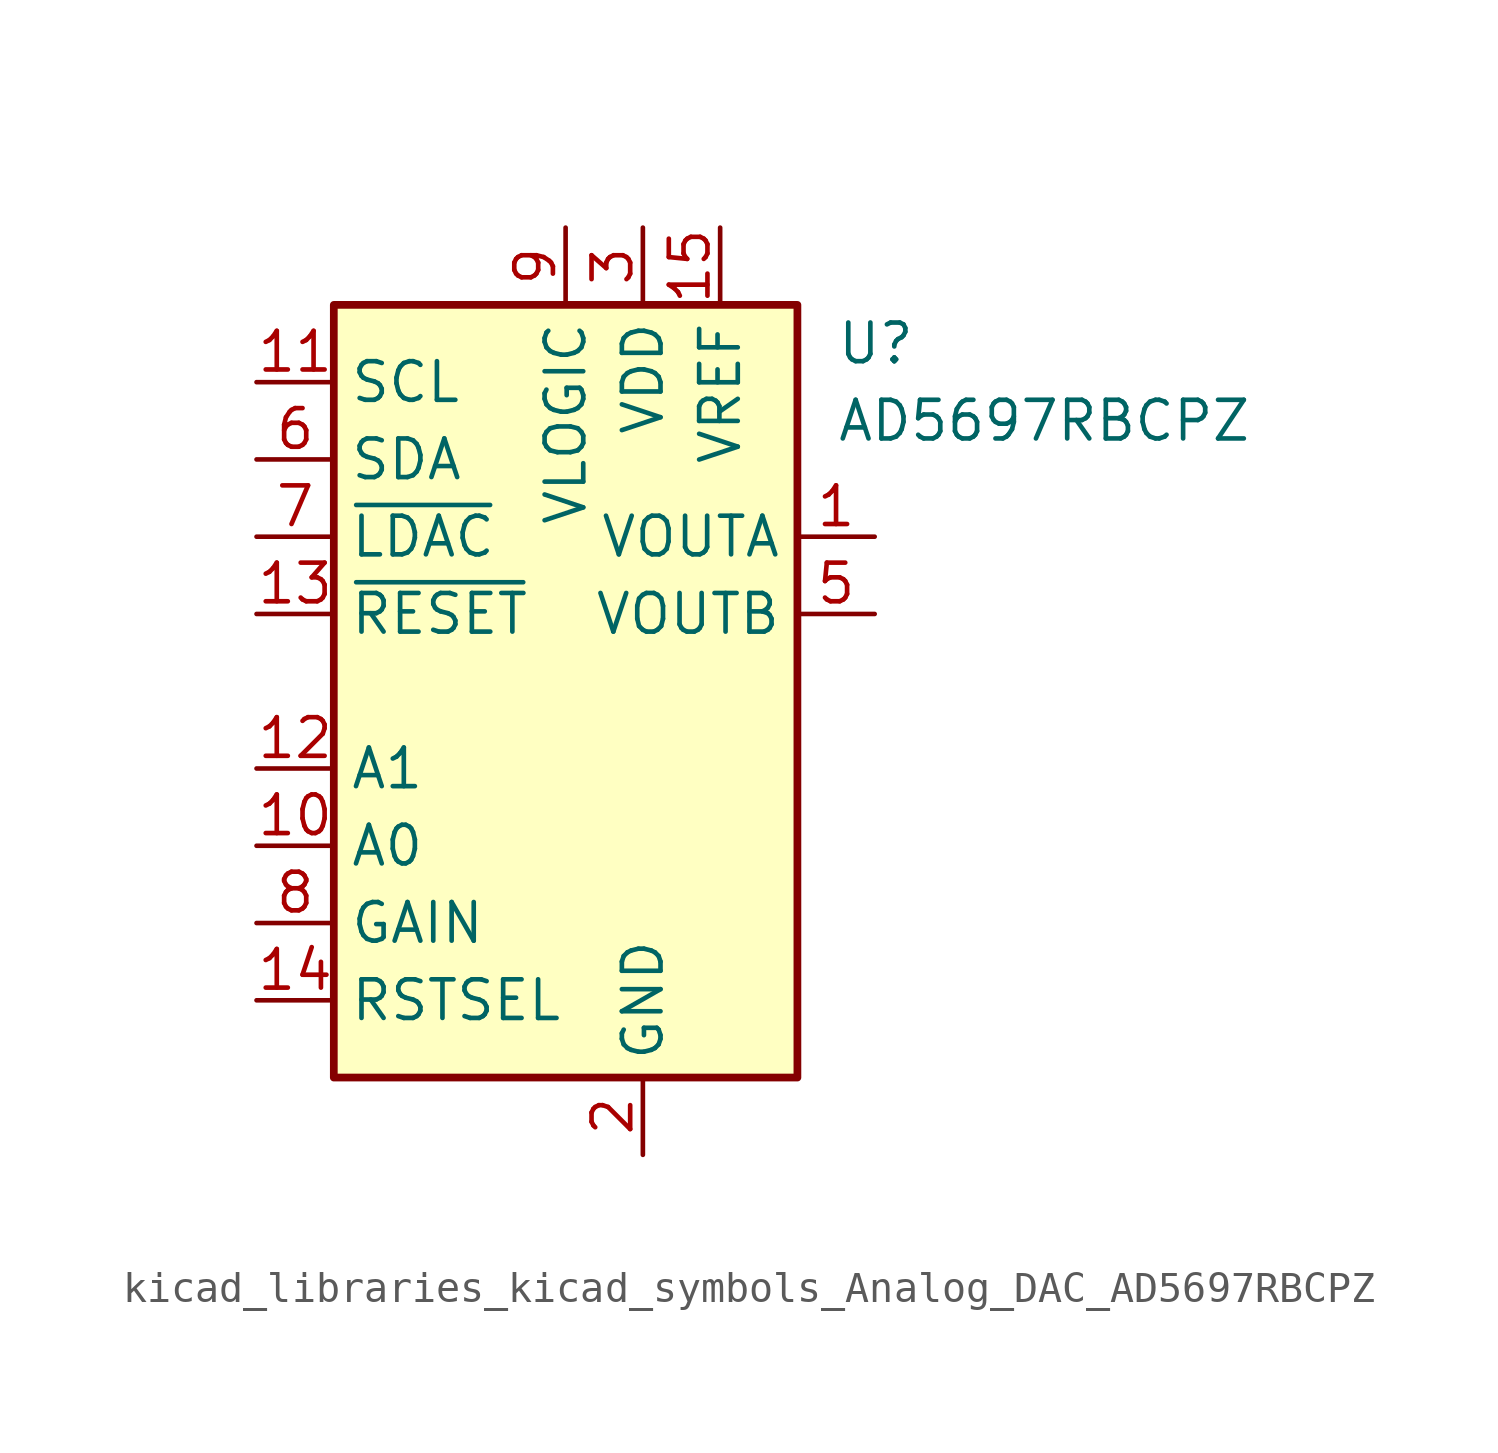
<source format=kicad_sym>
(kicad_symbol_lib
  (version 20220914)
  (generator kicad_symbol_editor)
  (symbol "kicad_libraries_kicad_symbols_Analog_DAC_AD5697RBCPZ"
    (property "Reference" "U"
      (at 8.89 11.43 0)
      (effects (font (size 1.27 1.27)) (justify left)))
    (property "Value" "AD5697RBCPZ"
      (at 8.89 8.89 0)
      (effects (font (size 1.27 1.27)) (justify left)))
    (symbol "kicad_libraries_kicad_symbols_Analog_DAC_AD5697RBCPZ_0_1"
      (rectangle (start -7.62 12.7) (end 7.62 -12.7) (stroke (width 0.254) (type default)) (fill (type background))))
    (symbol "kicad_libraries_kicad_symbols_Analog_DAC_AD5697RBCPZ_1_1"
      (pin output line (at 10.16 5.08 180) (length 2.54) (name "VOUTA" (effects (font (size 1.27 1.27)))) (number "1" (effects (font (size 1.27 1.27)))))
      (pin input line (at -10.16 -5.08 0) (length 2.54) (name "A0" (effects (font (size 1.27 1.27)))) (number "10" (effects (font (size 1.27 1.27)))))
      (pin input line (at -10.16 10.16 0) (length 2.54) (name "SCL" (effects (font (size 1.27 1.27)))) (number "11" (effects (font (size 1.27 1.27)))))
      (pin input line (at -10.16 -2.54 0) (length 2.54) (name "A1" (effects (font (size 1.27 1.27)))) (number "12" (effects (font (size 1.27 1.27)))))
      (pin input line (at -10.16 2.54 0) (length 2.54) (name "~{RESET}" (effects (font (size 1.27 1.27)))) (number "13" (effects (font (size 1.27 1.27)))))
      (pin input line (at -10.16 -10.16 0) (length 2.54) (name "RSTSEL" (effects (font (size 1.27 1.27)))) (number "14" (effects (font (size 1.27 1.27)))))
      (pin power_in line (at 5.08 15.24 270) (length 2.54) (name "VREF" (effects (font (size 1.27 1.27)))) (number "15" (effects (font (size 1.27 1.27)))))
      (pin no_connect line (at 7.62 -5.08 180) (length 2.54) hide (name "NC" (effects (font (size 1.27 1.27)))) (number "16" (effects (font (size 1.27 1.27)))))
      (pin passive line (at 2.54 -15.24 90) (length 2.54) hide (name "GND" (effects (font (size 1.27 1.27)))) (number "17" (effects (font (size 1.27 1.27)))))
      (pin power_in line (at 2.54 -15.24 90) (length 2.54) (name "GND" (effects (font (size 1.27 1.27)))) (number "2" (effects (font (size 1.27 1.27)))))
      (pin power_in line (at 2.54 15.24 270) (length 2.54) (name "VDD" (effects (font (size 1.27 1.27)))) (number "3" (effects (font (size 1.27 1.27)))))
      (pin no_connect line (at 7.62 -7.62 180) (length 2.54) hide (name "NC" (effects (font (size 1.27 1.27)))) (number "4" (effects (font (size 1.27 1.27)))))
      (pin output line (at 10.16 2.54 180) (length 2.54) (name "VOUTB" (effects (font (size 1.27 1.27)))) (number "5" (effects (font (size 1.27 1.27)))))
      (pin bidirectional line (at -10.16 7.62 0) (length 2.54) (name "SDA" (effects (font (size 1.27 1.27)))) (number "6" (effects (font (size 1.27 1.27)))))
      (pin input line (at -10.16 5.08 0) (length 2.54) (name "~{LDAC}" (effects (font (size 1.27 1.27)))) (number "7" (effects (font (size 1.27 1.27)))))
      (pin input line (at -10.16 -7.62 0) (length 2.54) (name "GAIN" (effects (font (size 1.27 1.27)))) (number "8" (effects (font (size 1.27 1.27)))))
      (pin power_in line (at 0 15.24 270) (length 2.54) (name "VLOGIC" (effects (font (size 1.27 1.27)))) (number "9" (effects (font (size 1.27 1.27))))))))
</source>
